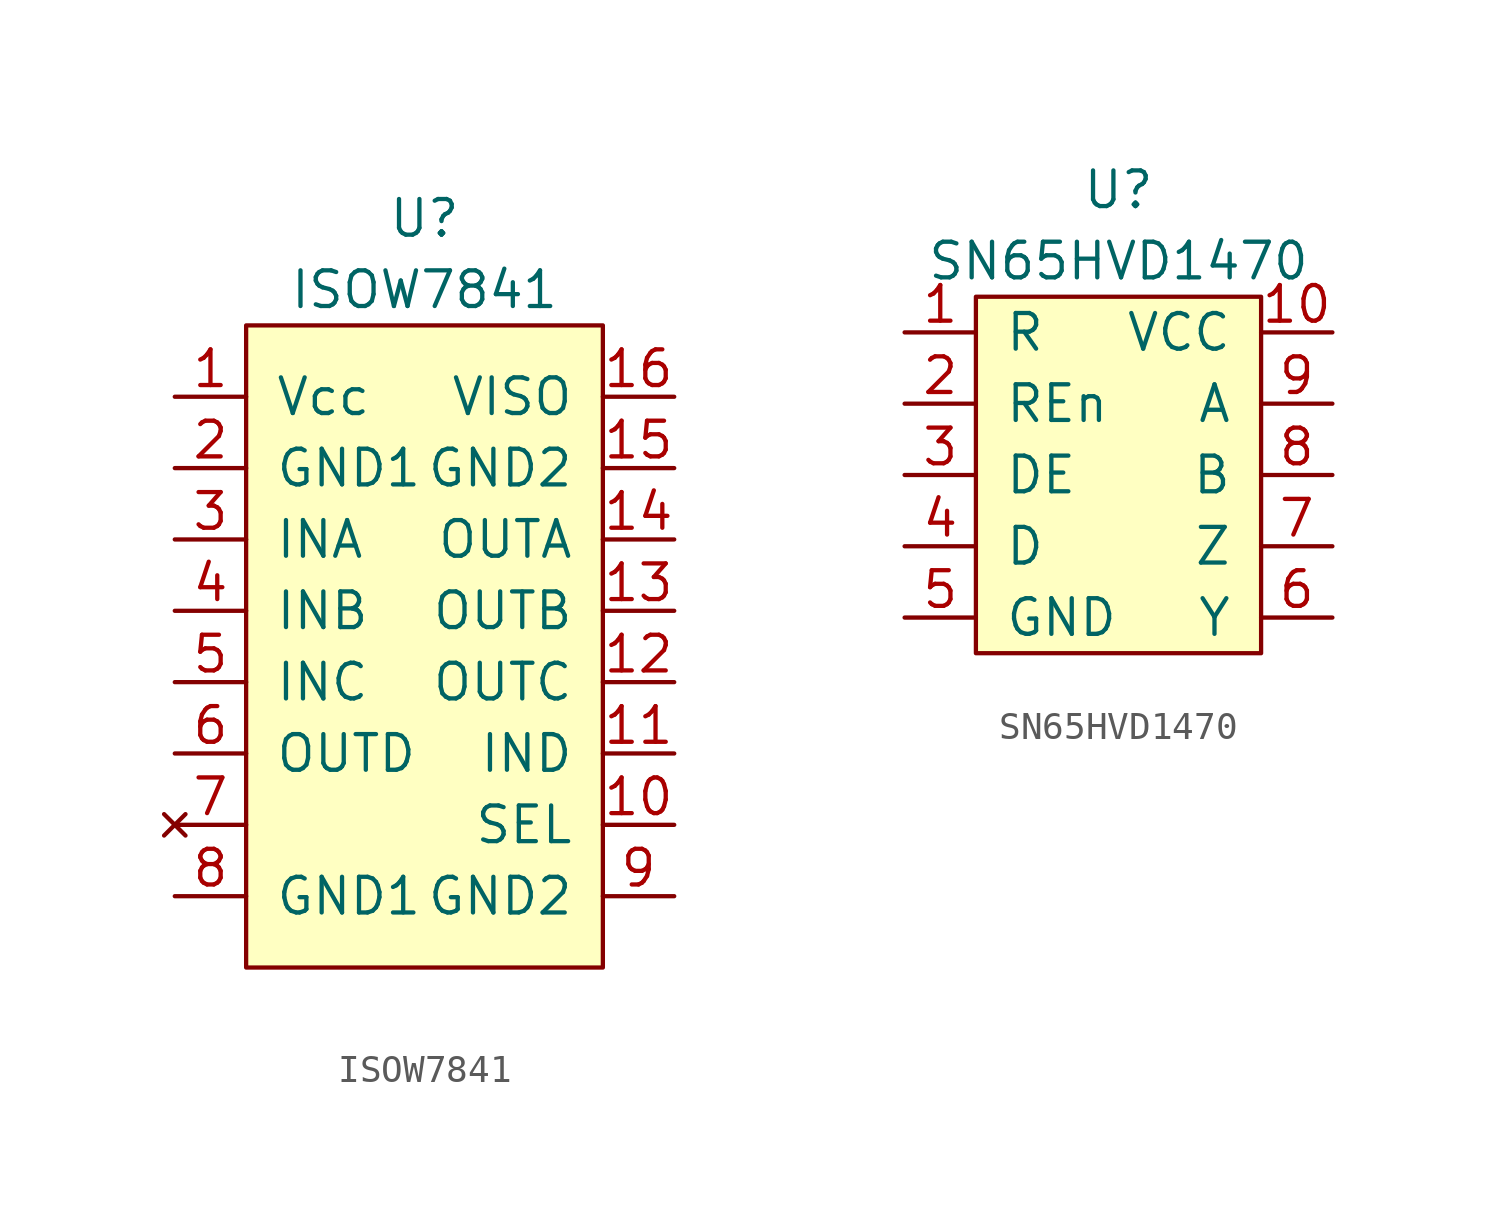
<source format=kicad_sym>
(kicad_symbol_lib
  (version 20211014)
  (generator kicad_symbol_editor)
  (symbol "ISOW7841"
    (pin_names
      (offset 1.016))
    (property "Reference" "U"
      (at 0 2.54 0)
      (effects (font (size 1.27 1.27))))
    (property "Value" "ISOW7841"
      (at 0 0 0)
      (effects (font (size 1.27 1.27))))
    (symbol "ISOW7841_0_1"
      (rectangle (start -6.35 -1.27) (end 6.35 -24.13) (stroke (width 0) (type default) (color 0 0 0 0)) (fill (type background))))
    (symbol "ISOW7841_1_1"
      (pin power_in line (at -8.89 -3.81 0) (length 2.54) (name "Vcc" (effects (font (size 1.27 1.27)))) (number "1" (effects (font (size 1.27 1.27)))))
      (pin tri_state line (at 8.89 -19.05 180) (length 2.54) (name "SEL" (effects (font (size 1.27 1.27)))) (number "10" (effects (font (size 1.27 1.27)))))
      (pin input line (at 8.89 -16.51 180) (length 2.54) (name "IND" (effects (font (size 1.27 1.27)))) (number "11" (effects (font (size 1.27 1.27)))))
      (pin output line (at 8.89 -13.97 180) (length 2.54) (name "OUTC" (effects (font (size 1.27 1.27)))) (number "12" (effects (font (size 1.27 1.27)))))
      (pin output line (at 8.89 -11.43 180) (length 2.54) (name "OUTB" (effects (font (size 1.27 1.27)))) (number "13" (effects (font (size 1.27 1.27)))))
      (pin output line (at 8.89 -8.89 180) (length 2.54) (name "OUTA" (effects (font (size 1.27 1.27)))) (number "14" (effects (font (size 1.27 1.27)))))
      (pin power_in line (at 8.89 -6.35 180) (length 2.54) (name "GND2" (effects (font (size 1.27 1.27)))) (number "15" (effects (font (size 1.27 1.27)))))
      (pin power_out line (at 8.89 -3.81 180) (length 2.54) (name "VISO" (effects (font (size 1.27 1.27)))) (number "16" (effects (font (size 1.27 1.27)))))
      (pin power_in line (at -8.89 -6.35 0) (length 2.54) (name "GND1" (effects (font (size 1.27 1.27)))) (number "2" (effects (font (size 1.27 1.27)))))
      (pin input line (at -8.89 -8.89 0) (length 2.54) (name "INA" (effects (font (size 1.27 1.27)))) (number "3" (effects (font (size 1.27 1.27)))))
      (pin input line (at -8.89 -11.43 0) (length 2.54) (name "INB" (effects (font (size 1.27 1.27)))) (number "4" (effects (font (size 1.27 1.27)))))
      (pin input line (at -8.89 -13.97 0) (length 2.54) (name "INC" (effects (font (size 1.27 1.27)))) (number "5" (effects (font (size 1.27 1.27)))))
      (pin input line (at -8.89 -16.51 0) (length 2.54) (name "OUTD" (effects (font (size 1.27 1.27)))) (number "6" (effects (font (size 1.27 1.27)))))
      (pin no_connect line (at -8.89 -19.05 0) (length 2.54) (name "~" (effects (font (size 1.27 1.27)))) (number "7" (effects (font (size 1.27 1.27)))))
      (pin power_in line (at -8.89 -21.59 0) (length 2.54) (name "GND1" (effects (font (size 1.27 1.27)))) (number "8" (effects (font (size 1.27 1.27)))))
      (pin power_in line (at 8.89 -21.59 180) (length 2.54) (name "GND2" (effects (font (size 1.27 1.27)))) (number "9" (effects (font (size 1.27 1.27)))))))
  (symbol "SN65HVD1470"
    (pin_names
      (offset 1.016))
    (property "Reference" "U"
      (at 0 10.16 0)
      (effects (font (size 1.27 1.27))))
    (property "Value" "SN65HVD1470"
      (at 0 7.62 0)
      (effects (font (size 1.27 1.27))))
    (symbol "SN65HVD1470_0_1"
      (rectangle (start -5.08 6.35) (end 5.08 -6.35) (stroke (width 0) (type default) (color 0 0 0 0)) (fill (type background))))
    (symbol "SN65HVD1470_1_1"
      (pin output line (at -7.62 5.08 0) (length 2.54) (name "R" (effects (font (size 1.27 1.27)))) (number "1" (effects (font (size 1.27 1.27)))))
      (pin power_in line (at 7.62 5.08 180) (length 2.54) (name "VCC" (effects (font (size 1.27 1.27)))) (number "10" (effects (font (size 1.27 1.27)))))
      (pin input line (at -7.62 2.54 0) (length 2.54) (name "REn" (effects (font (size 1.27 1.27)))) (number "2" (effects (font (size 1.27 1.27)))))
      (pin input line (at -7.62 0 0) (length 2.54) (name "DE" (effects (font (size 1.27 1.27)))) (number "3" (effects (font (size 1.27 1.27)))))
      (pin input line (at -7.62 -2.54 0) (length 2.54) (name "D" (effects (font (size 1.27 1.27)))) (number "4" (effects (font (size 1.27 1.27)))))
      (pin power_in line (at -7.62 -5.08 0) (length 2.54) (name "GND" (effects (font (size 1.27 1.27)))) (number "5" (effects (font (size 1.27 1.27)))))
      (pin output line (at 7.62 -5.08 180) (length 2.54) (name "Y" (effects (font (size 1.27 1.27)))) (number "6" (effects (font (size 1.27 1.27)))))
      (pin output line (at 7.62 -2.54 180) (length 2.54) (name "Z" (effects (font (size 1.27 1.27)))) (number "7" (effects (font (size 1.27 1.27)))))
      (pin output line (at 7.62 0 180) (length 2.54) (name "B" (effects (font (size 1.27 1.27)))) (number "8" (effects (font (size 1.27 1.27)))))
      (pin output line (at 7.62 2.54 180) (length 2.54) (name "A" (effects (font (size 1.27 1.27)))) (number "9" (effects (font (size 1.27 1.27))))))))
</source>
